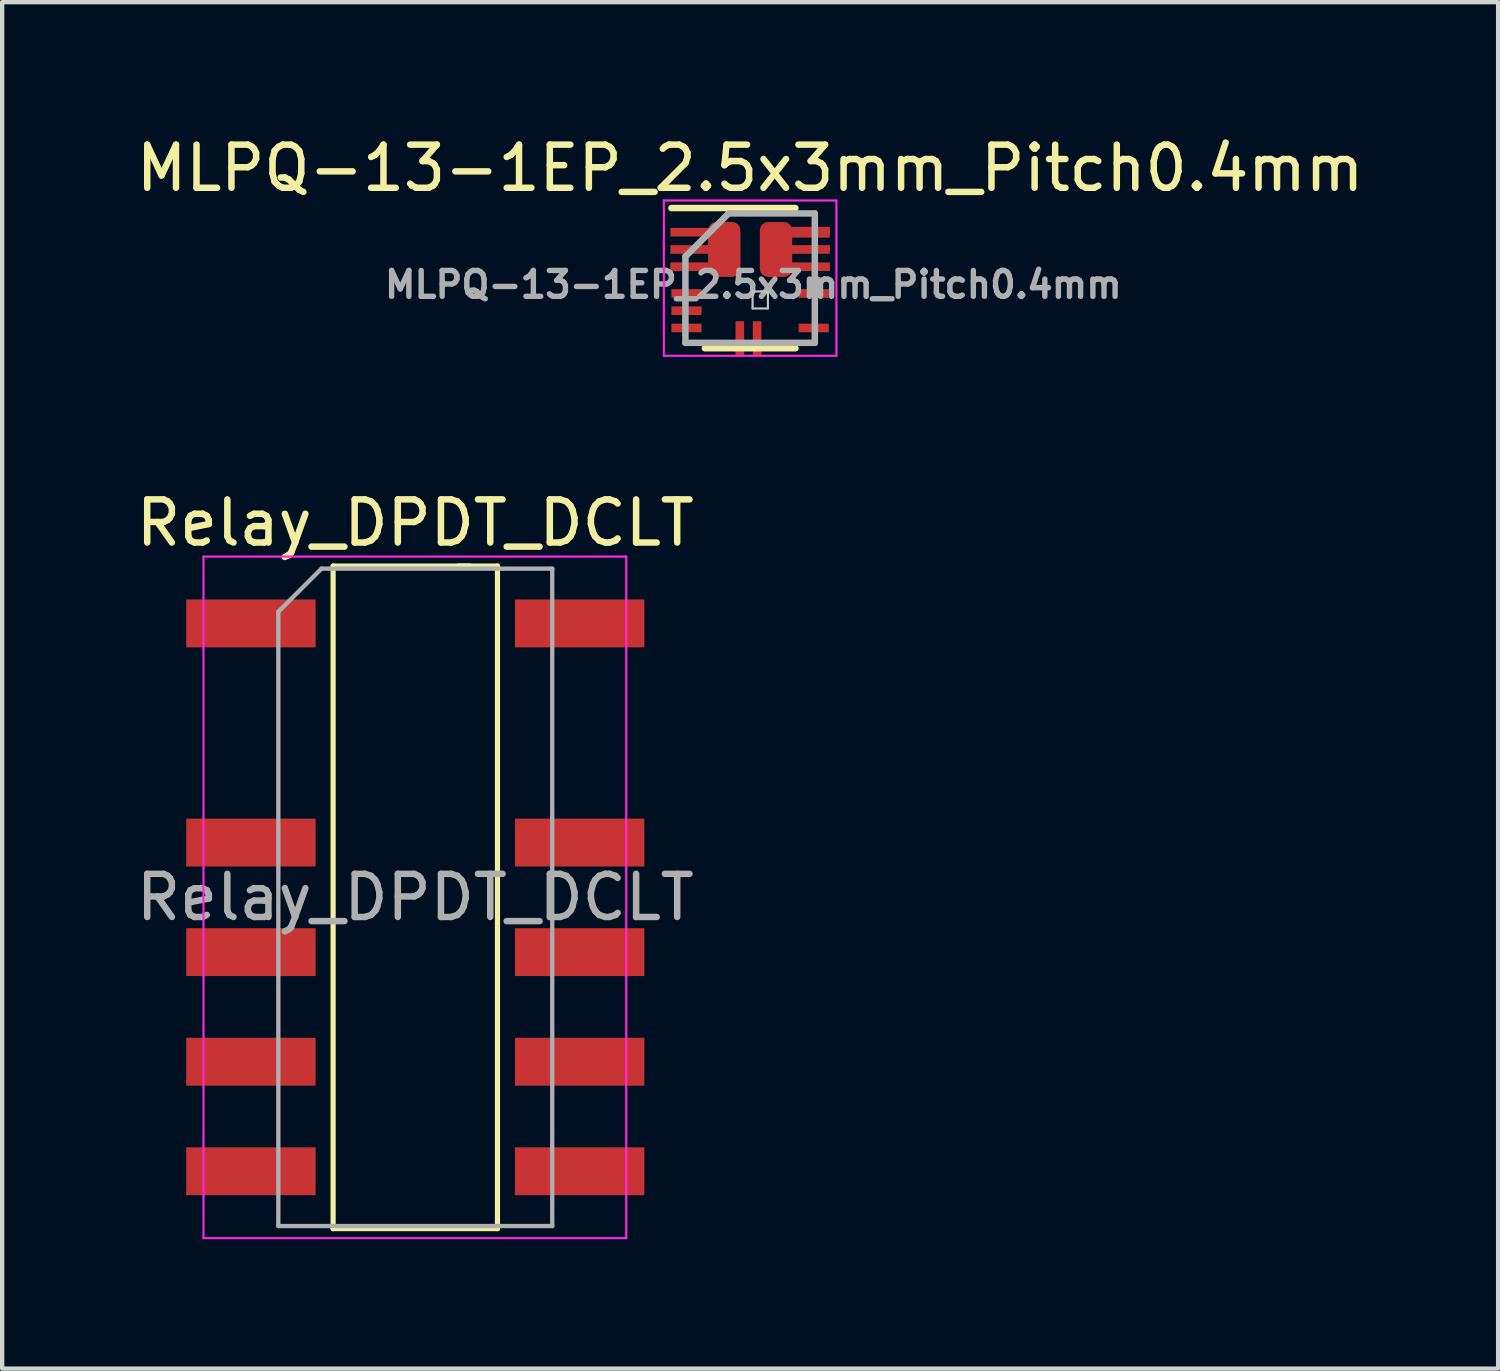
<source format=kicad_pcb>
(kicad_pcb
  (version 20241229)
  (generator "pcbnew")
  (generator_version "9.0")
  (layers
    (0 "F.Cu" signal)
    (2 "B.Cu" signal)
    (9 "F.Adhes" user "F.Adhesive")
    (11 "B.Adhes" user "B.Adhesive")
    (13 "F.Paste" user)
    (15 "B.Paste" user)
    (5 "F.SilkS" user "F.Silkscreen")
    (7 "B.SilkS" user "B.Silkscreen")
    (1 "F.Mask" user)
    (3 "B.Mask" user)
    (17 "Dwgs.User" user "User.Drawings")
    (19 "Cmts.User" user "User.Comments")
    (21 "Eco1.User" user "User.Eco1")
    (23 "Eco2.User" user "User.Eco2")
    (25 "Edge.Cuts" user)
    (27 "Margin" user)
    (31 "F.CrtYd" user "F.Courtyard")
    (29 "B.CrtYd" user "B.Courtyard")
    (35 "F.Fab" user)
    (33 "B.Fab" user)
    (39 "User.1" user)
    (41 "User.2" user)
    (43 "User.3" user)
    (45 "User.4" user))
  (footprint "Relay_DPDT_DCLT"
    (layer "F.Cu")
    (at 2.767 11.402)
    (property "Reference" "Relay_DPDT_DCLT" (at 3.81 -2.33 0) (layer "F.SilkS") (effects (font (size 1 1) (thickness 0.15))))
    (attr through_hole)
    (fp_line (start 1.905 14.03) (end 5.716 14.03) (stroke (width 0.12) (type solid)) (layer "F.SilkS"))
    (fp_line (start 1.905 -1.33) (end 1.905 14.03) (stroke (width 0.12) (type solid)) (layer "F.SilkS"))
    (fp_line (start 5.08 -1.33) (end 1.904 -1.33) (stroke (width 0.12) (type solid)) (layer "F.SilkS"))
    (fp_line (start 5.715 14.03) (end 5.715 -1.33) (stroke (width 0.12) (type solid)) (layer "F.SilkS"))
    (fp_line (start 5.717 -1.33) (end 4.81 -1.33) (stroke (width 0.12) (type solid)) (layer "F.SilkS"))
    (fp_line (start -1.1 -1.55) (end -1.1 14.25) (stroke (width 0.05) (type solid)) (layer "F.CrtYd"))
    (fp_line (start -1.1 14.25) (end 8.7 14.25) (stroke (width 0.05) (type solid)) (layer "F.CrtYd"))
    (fp_line (start 8.7 -1.55) (end -1.1 -1.55) (stroke (width 0.05) (type solid)) (layer "F.CrtYd"))
    (fp_line (start 8.7 14.25) (end 8.7 -1.55) (stroke (width 0.05) (type solid)) (layer "F.CrtYd"))
    (fp_line (start 0.635 -0.27) (end 1.635 -1.27) (stroke (width 0.1) (type solid)) (layer "F.Fab"))
    (fp_line (start 0.635 13.97) (end 0.635 -0.27) (stroke (width 0.1) (type solid)) (layer "F.Fab"))
    (fp_line (start 1.635 -1.27) (end 6.985 -1.27) (stroke (width 0.1) (type solid)) (layer "F.Fab"))
    (fp_line (start 6.985 -1.27) (end 6.985 13.97) (stroke (width 0.1) (type solid)) (layer "F.Fab"))
    (fp_line (start 6.985 13.97) (end 0.635 13.97) (stroke (width 0.1) (type solid)) (layer "F.Fab"))
    (fp_text user "${REFERENCE}" (at 3.81 6.35 0) (layer "F.Fab") (effects (font (size 1 1) (thickness 0.15))))
    (pad "1" smd rect (at 0 0) (size 3 1.11) (layers "F.Cu" "F.Mask" "F.Paste"))
    (pad "3" smd rect (at 0 5.08) (size 3 1.11) (layers "F.Cu" "F.Mask" "F.Paste"))
    (pad "4" smd rect (at 0 7.62) (size 3 1.11) (layers "F.Cu" "F.Mask" "F.Paste"))
    (pad "5" smd rect (at 0 10.16) (size 3 1.11) (layers "F.Cu" "F.Mask" "F.Paste"))
    (pad "6" smd rect (at 0 12.7) (size 3 1.11) (layers "F.Cu" "F.Mask" "F.Paste"))
    (pad "7" smd rect (at 7.62 12.7) (size 3 1.11) (layers "F.Cu" "F.Mask" "F.Paste"))
    (pad "8" smd rect (at 7.62 10.16) (size 3 1.11) (layers "F.Cu" "F.Mask" "F.Paste"))
    (pad "9" smd rect (at 7.62 7.62) (size 3 1.11) (layers "F.Cu" "F.Mask" "F.Paste"))
    (pad "10" smd rect (at 7.62 5.08) (size 3 1.11) (layers "F.Cu" "F.Mask" "F.Paste"))
    (pad "12" smd rect (at 7.62 0) (size 3 1.11) (layers "F.Cu" "F.Mask" "F.Paste")))
  (footprint "MLPQ-13-1EP_2.5x3mm_Pitch0.4mm"
    (layer "F.Cu")
    (at 14.339 3.398)
    (property "Reference" "MLPQ-13-1EP_2.5x3mm_Pitch0.4mm" (at 0 -2.55 0) (layer "F.SilkS") (effects (font (size 1 1) (thickness 0.15))))
    (attr smd)
    (fp_line (start -1.825 -1.625) (end 1.05 -1.625) (stroke (width 0.15) (type solid)) (layer "F.SilkS"))
    (fp_line (start -1.05 1.625) (end 1.05 1.625) (stroke (width 0.15) (type solid)) (layer "F.SilkS"))
    (fp_line (start 0.057 0.308) (end 0.057 0.703) (stroke (width 0.05) (type solid)) (layer "Dwgs.User"))
    (fp_line (start 0.057 0.308) (end 0.412 0.308) (stroke (width 0.05) (type solid)) (layer "Dwgs.User"))
    (fp_line (start 0.412 0.308) (end 0.412 0.703) (stroke (width 0.05) (type solid)) (layer "Dwgs.User"))
    (fp_line (start 0.412 0.703) (end 0.057 0.703) (stroke (width 0.05) (type solid)) (layer "Dwgs.User"))
    (fp_line (start -2 -1.8) (end -2 1.8) (stroke (width 0.05) (type solid)) (layer "F.CrtYd"))
    (fp_line (start -2 -1.8) (end 2 -1.8) (stroke (width 0.05) (type solid)) (layer "F.CrtYd"))
    (fp_line (start -2 1.8) (end 2 1.8) (stroke (width 0.05) (type solid)) (layer "F.CrtYd"))
    (fp_line (start 2 -1.8) (end 2 1.8) (stroke (width 0.05) (type solid)) (layer "F.CrtYd"))
    (fp_line (start -1.5 -0.5) (end -0.5 -1.5) (stroke (width 0.15) (type solid)) (layer "F.Fab"))
    (fp_line (start -1.5 1.5) (end -1.5 -0.5) (stroke (width 0.15) (type solid)) (layer "F.Fab"))
    (fp_line (start -0.5 -1.5) (end 1.5 -1.5) (stroke (width 0.15) (type solid)) (layer "F.Fab"))
    (fp_line (start 1.5 -1.5) (end 1.5 1.5) (stroke (width 0.15) (type solid)) (layer "F.Fab"))
    (fp_line (start 1.5 1.5) (end -1.5 1.5) (stroke (width 0.15) (type solid)) (layer "F.Fab"))
    (fp_text user "${REFERENCE}" (at 0.075 0.15 0) (layer "F.Fab") (effects (font (size 0.6 0.6) (thickness 0.125))))
    (pad "1" smd rect (at -1.4 -1.065) (size 0.9 0.2) (layers "F.Cu" "F.Mask" "F.Paste"))
    (pad "1" smd rect (at -1.4 -0.665) (size 0.9 0.2) (layers "F.Cu" "F.Mask" "F.Paste"))
    (pad "1" smd rect (at -1.4 -0.265) (size 0.9 0.2) (layers "F.Cu" "F.Mask" "F.Paste"))
    (pad "1" smd roundrect (at -0.6 -0.665 180) (size 0.75 1.27) (layers "F.Cu" "F.Mask" "F.Paste") (roundrect_rratio 0.25))
    (pad "4" smd rect (at -1.475 0.355) (size 0.7 0.2) (layers "F.Cu" "F.Mask" "F.Paste"))
    (pad "5" smd rect (at -1.475 0.755) (size 0.7 0.2) (layers "F.Cu" "F.Mask" "F.Paste"))
    (pad "6" smd rect (at -1.475 1.155) (size 0.7 0.2) (layers "F.Cu" "F.Mask" "F.Paste"))
    (pad "7" smd rect (at -0.238 1.4 90) (size 0.8 0.2) (layers "F.Cu" "F.Mask" "F.Paste"))
    (pad "8" smd rect (at 0.162 1.4 90) (size 0.8 0.2) (layers "F.Cu" "F.Mask" "F.Paste"))
    (pad "9" smd rect (at 1.475 1.155) (size 0.7 0.2) (layers "F.Cu" "F.Mask" "F.Paste"))
    (pad "10" smd rect (at 1.475 0.355) (size 0.7 0.2) (layers "F.Cu" "F.Mask" "F.Paste"))
    (pad "11" smd roundrect (at 0.6 -0.665 180) (size 0.75 1.27) (layers "F.Cu" "F.Mask" "F.Paste") (roundrect_rratio 0.25))
    (pad "11" smd rect (at 1.4 -1.065) (size 0.9 0.25) (layers "F.Cu" "F.Mask" "F.Paste"))
    (pad "11" smd rect (at 1.4 -0.665) (size 0.9 0.2) (layers "F.Cu" "F.Mask" "F.Paste"))
    (pad "11" smd rect (at 1.4 -0.265) (size 0.9 0.2) (layers "F.Cu" "F.Mask" "F.Paste")))
  (gr_rect
    (start -3 -3)
    (end 31.679 28.677)
    (stroke (width 0.1) (type default))
    (fill no)
    (layer "Edge.Cuts")))
</source>
